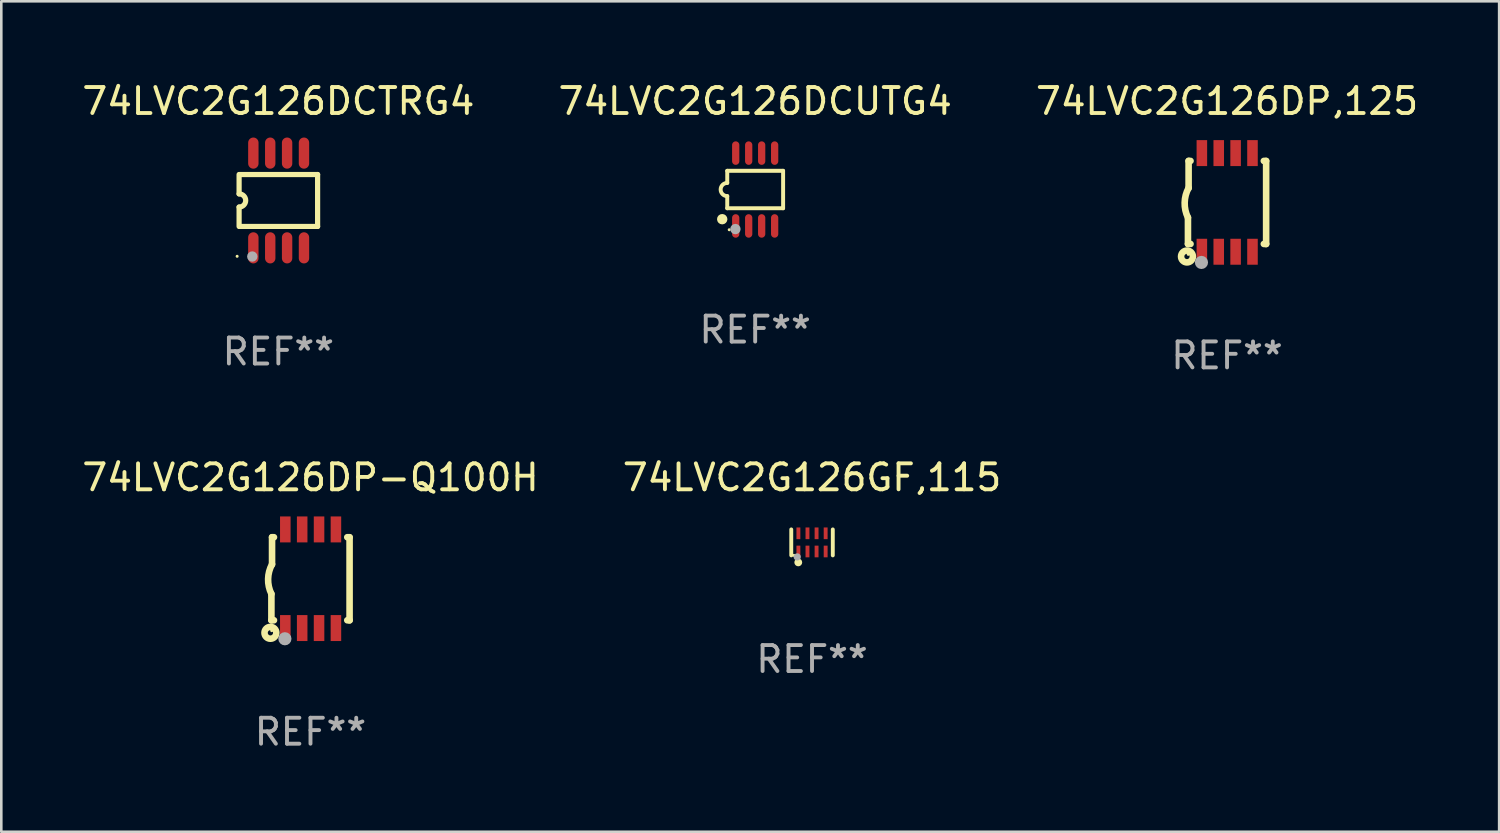
<source format=kicad_pcb>
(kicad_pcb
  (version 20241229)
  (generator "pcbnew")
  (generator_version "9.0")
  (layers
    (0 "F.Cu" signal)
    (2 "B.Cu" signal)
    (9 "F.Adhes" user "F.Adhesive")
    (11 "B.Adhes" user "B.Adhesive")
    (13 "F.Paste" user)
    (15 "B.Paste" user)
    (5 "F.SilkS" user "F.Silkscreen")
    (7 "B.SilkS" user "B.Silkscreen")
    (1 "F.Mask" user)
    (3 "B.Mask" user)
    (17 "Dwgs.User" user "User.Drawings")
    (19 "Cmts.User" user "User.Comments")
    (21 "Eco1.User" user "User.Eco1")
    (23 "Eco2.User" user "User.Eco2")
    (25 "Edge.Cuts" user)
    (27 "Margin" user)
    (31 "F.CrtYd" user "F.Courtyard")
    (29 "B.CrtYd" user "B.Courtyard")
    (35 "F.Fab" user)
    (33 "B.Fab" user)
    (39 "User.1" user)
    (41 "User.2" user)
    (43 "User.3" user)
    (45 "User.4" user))
  (footprint "74LVC2G126DP,125"
    (layer "F.Cu")
    (at 44.22 4.748)
    (property "Reference" "74LVC2G126DP,125" (at 0 -3.9 0) (layer "F.SilkS") (effects (font (size 1 1) (thickness 0.15))))
    (attr through_hole)
    (fp_line (start -1.506 1.6) (end -1.506 0.584) (stroke (width 0.254) (type solid)) (layer "F.SilkS"))
    (fp_line (start -1.506 1.6) (end -1.407 1.6) (stroke (width 0.254) (type solid)) (layer "F.SilkS"))
    (fp_line (start -1.481 -1.599) (end -1.481 -0.549) (stroke (width 0.254) (type solid)) (layer "F.SilkS"))
    (fp_line (start -1.481 -1.599) (end -1.407 -1.599) (stroke (width 0.254) (type solid)) (layer "F.SilkS"))
    (fp_line (start 1.417 -1.599) (end 1.506 -1.599) (stroke (width 0.254) (type solid)) (layer "F.SilkS"))
    (fp_line (start 1.417 1.6) (end 1.506 1.6) (stroke (width 0.254) (type solid)) (layer "F.SilkS"))
    (fp_line (start 1.506 1.603) (end 1.506 -1.595) (stroke (width 0.254) (type solid)) (layer "F.SilkS"))
    (fp_arc (start -1.506223 0.584328) (mid -1.632455 0.00974) (end -1.480823 -0.558674) (stroke (width 0.254001) (type solid)) (layer "F.SilkS"))
    (fp_circle (center -1.544 2.083) (end -1.443 2.083) (stroke (width 0.254) (type solid)) (fill no) (layer "F.SilkS"))
    (fp_circle (center -1.495 2) (end -1.465 2) (stroke (width 0.06) (type solid)) (fill no) (layer "F.SilkS"))
    (fp_circle (center -0.986 2.312) (end -0.859 2.312) (stroke (width 0.254) (type solid)) (fill no) (layer "F.Fab"))
    (fp_text user "REF**" (at 0 5.9 0) (layer "F.Fab") (effects (font (size 1 1) (thickness 0.15))))
    (pad "1" smd rect (at -0.97 1.9 90) (size 1 0.406) (layers "F.Cu" "F.Mask" "F.Paste"))
    (pad "2" smd rect (at -0.32 1.9 90) (size 1 0.406) (layers "F.Cu" "F.Mask" "F.Paste"))
    (pad "3" smd rect (at 0.33 1.9 90) (size 1 0.406) (layers "F.Cu" "F.Mask" "F.Paste"))
    (pad "4" smd rect (at 0.98 1.9 90) (size 1 0.406) (layers "F.Cu" "F.Mask" "F.Paste"))
    (pad "5" smd rect (at 0.98 -1.9 90) (size 1 0.406) (layers "F.Cu" "F.Mask" "F.Paste"))
    (pad "6" smd rect (at 0.33 -1.9 90) (size 1 0.406) (layers "F.Cu" "F.Mask" "F.Paste"))
    (pad "7" smd rect (at -0.32 -1.9 90) (size 1 0.406) (layers "F.Cu" "F.Mask" "F.Paste"))
    (pad "8" smd rect (at -0.97 -1.9 90) (size 1 0.406) (layers "F.Cu" "F.Mask" "F.Paste")))
  (footprint "74LVC2G126DP-Q100H"
    (layer "F.Cu")
    (at 8.911 19.245)
    (property "Reference" "74LVC2G126DP-Q100H" (at 0 -3.9 0) (layer "F.SilkS") (effects (font (size 1 1) (thickness 0.15))))
    (attr through_hole)
    (fp_line (start -1.506 1.6) (end -1.506 0.584) (stroke (width 0.254) (type solid)) (layer "F.SilkS"))
    (fp_line (start -1.506 1.6) (end -1.407 1.6) (stroke (width 0.254) (type solid)) (layer "F.SilkS"))
    (fp_line (start -1.481 -1.599) (end -1.481 -0.549) (stroke (width 0.254) (type solid)) (layer "F.SilkS"))
    (fp_line (start -1.481 -1.599) (end -1.407 -1.599) (stroke (width 0.254) (type solid)) (layer "F.SilkS"))
    (fp_line (start 1.417 -1.599) (end 1.506 -1.599) (stroke (width 0.254) (type solid)) (layer "F.SilkS"))
    (fp_line (start 1.417 1.6) (end 1.506 1.6) (stroke (width 0.254) (type solid)) (layer "F.SilkS"))
    (fp_line (start 1.506 1.603) (end 1.506 -1.595) (stroke (width 0.254) (type solid)) (layer "F.SilkS"))
    (fp_arc (start -1.506223 0.584328) (mid -1.632455 0.00974) (end -1.480823 -0.558674) (stroke (width 0.254001) (type solid)) (layer "F.SilkS"))
    (fp_circle (center -1.544 2.083) (end -1.443 2.083) (stroke (width 0.254) (type solid)) (fill no) (layer "F.SilkS"))
    (fp_circle (center -1.495 2) (end -1.465 2) (stroke (width 0.06) (type solid)) (fill no) (layer "F.SilkS"))
    (fp_circle (center -0.986 2.312) (end -0.859 2.312) (stroke (width 0.254) (type solid)) (fill no) (layer "F.Fab"))
    (fp_text user "REF**" (at 0 5.9 0) (layer "F.Fab") (effects (font (size 1 1) (thickness 0.15))))
    (pad "1" smd rect (at -0.97 1.9 90) (size 1 0.406) (layers "F.Cu" "F.Mask" "F.Paste"))
    (pad "2" smd rect (at -0.32 1.9 90) (size 1 0.406) (layers "F.Cu" "F.Mask" "F.Paste"))
    (pad "3" smd rect (at 0.33 1.9 90) (size 1 0.406) (layers "F.Cu" "F.Mask" "F.Paste"))
    (pad "4" smd rect (at 0.98 1.9 90) (size 1 0.406) (layers "F.Cu" "F.Mask" "F.Paste"))
    (pad "5" smd rect (at 0.98 -1.9 90) (size 1 0.406) (layers "F.Cu" "F.Mask" "F.Paste"))
    (pad "6" smd rect (at 0.33 -1.9 90) (size 1 0.406) (layers "F.Cu" "F.Mask" "F.Paste"))
    (pad "7" smd rect (at -0.32 -1.9 90) (size 1 0.406) (layers "F.Cu" "F.Mask" "F.Paste"))
    (pad "8" smd rect (at -0.97 -1.9 90) (size 1 0.406) (layers "F.Cu" "F.Mask" "F.Paste")))
  (footprint "74LVC2G126GF,115"
    (layer "F.Cu")
    (at 28.232 17.845)
    (property "Reference" "74LVC2G126GF,115" (at 0 -2.5 0) (layer "F.SilkS") (effects (font (size 1 1) (thickness 0.15))))
    (attr through_hole)
    (fp_line (start -0.8 -0.5) (end -0.8 0.5) (stroke (width 0.15) (type solid)) (layer "F.SilkS"))
    (fp_line (start 0.8 -0.5) (end 0.8 0.5) (stroke (width 0.15) (type solid)) (layer "F.SilkS"))
    (fp_circle (center -0.7 0.5) (end -0.67 0.5) (stroke (width 0.06) (type solid)) (fill no) (layer "F.SilkS"))
    (fp_circle (center -0.53 0.77) (end -0.454 0.77) (stroke (width 0.15) (type solid)) (fill no) (layer "F.SilkS"))
    (fp_circle (center -0.57 0.56) (end -0.5 0.56) (stroke (width 0.14) (type solid)) (fill no) (layer "F.Fab"))
    (fp_text user "REF**" (at 0 4.5 0) (layer "F.Fab") (effects (font (size 1 1) (thickness 0.15))))
    (pad "1" smd rect (at -0.525 0.35) (size 0.15 0.45) (layers "F.Cu" "F.Mask" "F.Paste"))
    (pad "2" smd rect (at -0.175 0.35) (size 0.15 0.45) (layers "F.Cu" "F.Mask" "F.Paste"))
    (pad "3" smd rect (at 0.175 0.35) (size 0.15 0.45) (layers "F.Cu" "F.Mask" "F.Paste"))
    (pad "4" smd rect (at 0.525 0.35) (size 0.15 0.45) (layers "F.Cu" "F.Mask" "F.Paste"))
    (pad "5" smd rect (at 0.525 -0.35) (size 0.15 0.45) (layers "F.Cu" "F.Mask" "F.Paste"))
    (pad "6" smd rect (at 0.175 -0.35) (size 0.15 0.45) (layers "F.Cu" "F.Mask" "F.Paste"))
    (pad "7" smd rect (at -0.175 -0.35) (size 0.15 0.45) (layers "F.Cu" "F.Mask" "F.Paste"))
    (pad "8" smd rect (at -0.525 -0.35) (size 0.15 0.45) (layers "F.Cu" "F.Mask" "F.Paste")))
  (footprint "74LVC2G126DCUTG4"
    (layer "F.Cu")
    (at 26.042 4.251)
    (property "Reference" "74LVC2G126DCUTG4" (at 0 -3.403 0) (layer "F.SilkS") (effects (font (size 1 1) (thickness 0.15))))
    (attr through_hole)
    (fp_line (start -1.076 -0.721) (end 1.076 -0.721) (stroke (width 0.152) (type solid)) (layer "F.SilkS"))
    (fp_line (start -1.076 -0.254) (end -1.076 -0.721) (stroke (width 0.152) (type solid)) (layer "F.SilkS"))
    (fp_line (start -1.076 0.254) (end -1.076 0.721) (stroke (width 0.152) (type solid)) (layer "F.SilkS"))
    (fp_line (start 1.076 -0.721) (end 1.076 0.721) (stroke (width 0.152) (type solid)) (layer "F.SilkS"))
    (fp_line (start 1.076 0.721) (end -1.076 0.721) (stroke (width 0.152) (type solid)) (layer "F.SilkS"))
    (fp_arc (start -1.076226 0.254051) (mid -1.330226 0.000051) (end -1.076226 -0.253949) (stroke (width 0.151994) (type solid)) (layer "F.SilkS"))
    (fp_circle (center -1.27 1.143) (end -1.17 1.143) (stroke (width 0.2) (type solid)) (fill no) (layer "F.SilkS"))
    (fp_circle (center -1 1.55) (end -0.97 1.55) (stroke (width 0.06) (type solid)) (fill no) (layer "F.SilkS"))
    (fp_circle (center -0.762 1.524) (end -0.662 1.524) (stroke (width 0.2) (type solid)) (fill no) (layer "F.Fab"))
    (fp_text user "REF**" (at 0 5.403 0) (layer "F.Fab") (effects (font (size 1 1) (thickness 0.15))))
    (pad "1" smd oval (at -0.75 1.403) (size 0.28 0.905) (layers "F.Cu" "F.Mask" "F.Paste"))
    (pad "2" smd oval (at -0.25 1.403) (size 0.28 0.905) (layers "F.Cu" "F.Mask" "F.Paste"))
    (pad "3" smd oval (at 0.25 1.403) (size 0.28 0.905) (layers "F.Cu" "F.Mask" "F.Paste"))
    (pad "4" smd oval (at 0.75 1.403) (size 0.28 0.905) (layers "F.Cu" "F.Mask" "F.Paste"))
    (pad "5" smd oval (at 0.75 -1.403) (size 0.28 0.905) (layers "F.Cu" "F.Mask" "F.Paste"))
    (pad "6" smd oval (at 0.25 -1.403) (size 0.28 0.905) (layers "F.Cu" "F.Mask" "F.Paste"))
    (pad "7" smd oval (at -0.25 -1.403) (size 0.28 0.905) (layers "F.Cu" "F.Mask" "F.Paste"))
    (pad "8" smd oval (at -0.75 -1.403) (size 0.28 0.905) (layers "F.Cu" "F.Mask" "F.Paste")))
  (footprint "74LVC2G126DCTRG4"
    (layer "F.Cu")
    (at 7.673 4.673)
    (property "Reference" "74LVC2G126DCTRG4" (at 0 -3.825 0) (layer "F.SilkS") (effects (font (size 1 1) (thickness 0.15))))
    (attr through_hole)
    (fp_line (start -1.512 -0.254) (end -1.512 -1) (stroke (width 0.2) (type solid)) (layer "F.SilkS"))
    (fp_line (start -1.512 0.254) (end -1.512 1) (stroke (width 0.2) (type solid)) (layer "F.SilkS"))
    (fp_line (start -1.488 -1) (end 1.512 -1) (stroke (width 0.2) (type solid)) (layer "F.SilkS"))
    (fp_line (start 1.512 -1) (end 1.512 1) (stroke (width 0.2) (type solid)) (layer "F.SilkS"))
    (fp_line (start 1.512 1) (end -1.488 1) (stroke (width 0.2) (type solid)) (layer "F.SilkS"))
    (fp_arc (start -1.512002 -0.254001) (mid -1.258001 0) (end -1.512002 0.254001) (stroke (width 0.2) (type solid)) (layer "F.SilkS"))
    (fp_circle (center -1.588 2.15) (end -1.558 2.15) (stroke (width 0.06) (type solid)) (fill no) (layer "F.SilkS"))
    (fp_circle (center -1.004 2.159) (end -0.904 2.159) (stroke (width 0.2) (type solid)) (fill no) (layer "F.Fab"))
    (fp_text user "REF**" (at 0 5.825 0) (layer "F.Fab") (effects (font (size 1 1) (thickness 0.15))))
    (pad "1" smd oval (at -0.963 1.825 270) (size 1.2 0.4) (layers "F.Cu" "F.Mask" "F.Paste"))
    (pad "2" smd oval (at -0.313 1.825 270) (size 1.2 0.4) (layers "F.Cu" "F.Mask" "F.Paste"))
    (pad "3" smd oval (at 0.337 1.825 270) (size 1.2 0.4) (layers "F.Cu" "F.Mask" "F.Paste"))
    (pad "4" smd oval (at 0.987 1.825 270) (size 1.2 0.4) (layers "F.Cu" "F.Mask" "F.Paste"))
    (pad "5" smd oval (at 0.987 -1.825 270) (size 1.2 0.4) (layers "F.Cu" "F.Mask" "F.Paste"))
    (pad "6" smd oval (at 0.337 -1.825 270) (size 1.2 0.4) (layers "F.Cu" "F.Mask" "F.Paste"))
    (pad "7" smd oval (at -0.313 -1.825 270) (size 1.2 0.4) (layers "F.Cu" "F.Mask" "F.Paste"))
    (pad "8" smd oval (at -0.963 -1.825 270) (size 1.2 0.4) (layers "F.Cu" "F.Mask" "F.Paste")))
  (gr_rect
    (start -3 -3)
    (end 54.702 28.993)
    (stroke (width 0.1) (type default))
    (fill no)
    (layer "Edge.Cuts")))
</source>
